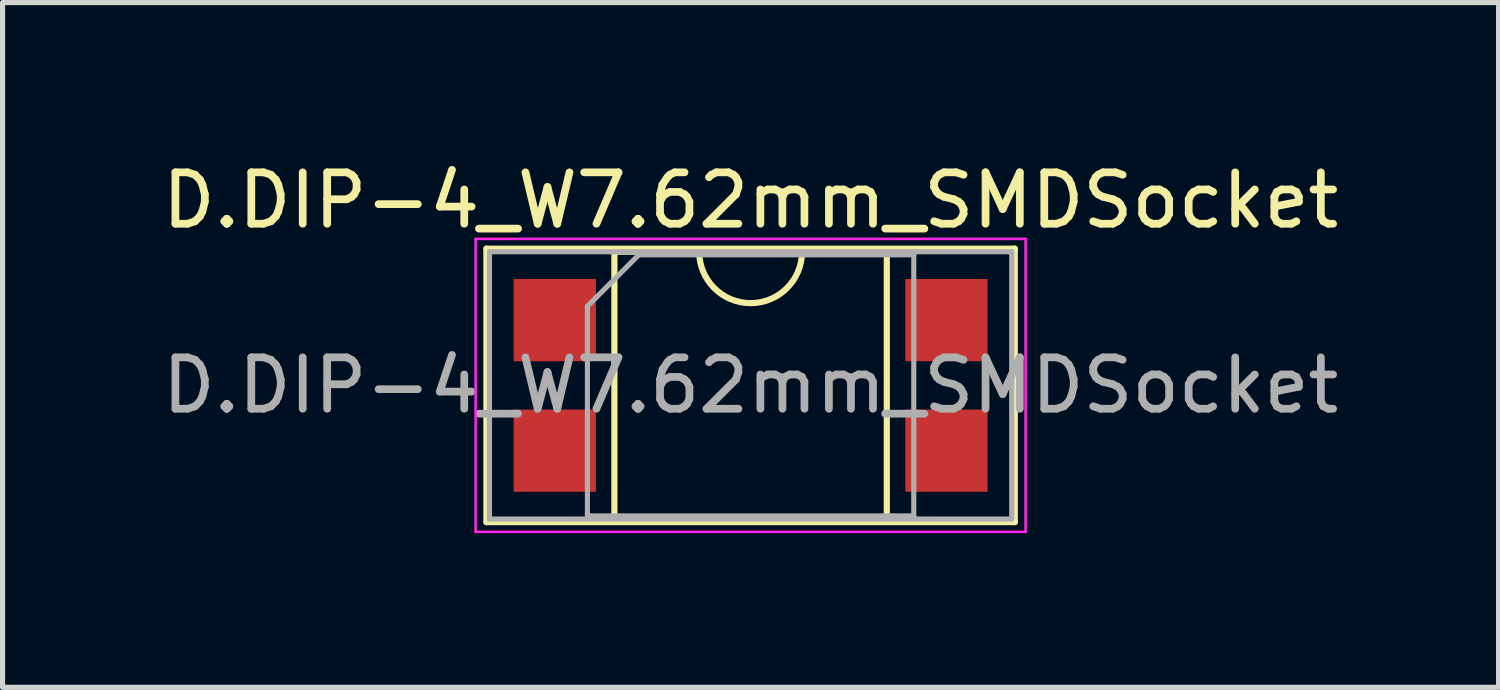
<source format=kicad_pcb>
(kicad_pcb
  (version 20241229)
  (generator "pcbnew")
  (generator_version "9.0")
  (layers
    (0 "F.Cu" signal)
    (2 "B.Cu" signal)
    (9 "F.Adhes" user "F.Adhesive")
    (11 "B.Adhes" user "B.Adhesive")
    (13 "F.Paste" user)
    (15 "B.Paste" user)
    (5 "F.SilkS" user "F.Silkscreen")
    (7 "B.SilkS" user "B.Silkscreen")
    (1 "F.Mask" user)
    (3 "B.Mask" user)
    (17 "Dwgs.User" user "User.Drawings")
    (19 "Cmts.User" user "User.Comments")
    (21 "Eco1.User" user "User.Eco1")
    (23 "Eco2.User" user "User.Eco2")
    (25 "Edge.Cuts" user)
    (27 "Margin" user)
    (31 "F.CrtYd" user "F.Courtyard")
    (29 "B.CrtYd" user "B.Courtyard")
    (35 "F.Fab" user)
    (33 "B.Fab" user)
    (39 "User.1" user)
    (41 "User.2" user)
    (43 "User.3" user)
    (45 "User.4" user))
  (footprint "D.DIP-4_W7.62mm_SMDSocket"
    (layer "F.Cu")
    (at 11.554 4.448)
    (property "Reference" "D.DIP-4_W7.62mm_SMDSocket" (at 0 -3.6 0) (layer "F.SilkS") (effects (font (size 1 1) (thickness 0.15))))
    (attr smd)
    (fp_line (start -5.14 -2.66) (end -5.14 2.66) (stroke (width 0.12) (type solid)) (layer "F.SilkS"))
    (fp_line (start -5.14 2.66) (end 5.14 2.66) (stroke (width 0.12) (type solid)) (layer "F.SilkS"))
    (fp_line (start -2.65 -2.6) (end -2.65 2.6) (stroke (width 0.12) (type solid)) (layer "F.SilkS"))
    (fp_line (start -2.65 2.6) (end 2.65 2.6) (stroke (width 0.12) (type solid)) (layer "F.SilkS"))
    (fp_line (start -1 -2.6) (end -2.65 -2.6) (stroke (width 0.12) (type solid)) (layer "F.SilkS"))
    (fp_line (start 2.65 -2.6) (end 1 -2.6) (stroke (width 0.12) (type solid)) (layer "F.SilkS"))
    (fp_line (start 2.65 2.6) (end 2.65 -2.6) (stroke (width 0.12) (type solid)) (layer "F.SilkS"))
    (fp_line (start 5.14 -2.66) (end -5.14 -2.66) (stroke (width 0.12) (type solid)) (layer "F.SilkS"))
    (fp_line (start 5.14 2.66) (end 5.14 -2.66) (stroke (width 0.12) (type solid)) (layer "F.SilkS"))
    (fp_arc (start 1 -2.6) (mid 0 -1.6) (end -1 -2.6) (stroke (width 0.12) (type solid)) (layer "F.SilkS"))
    (fp_line (start -5.35 -2.85) (end -5.35 2.85) (stroke (width 0.05) (type solid)) (layer "F.CrtYd"))
    (fp_line (start -5.35 2.85) (end 5.35 2.85) (stroke (width 0.05) (type solid)) (layer "F.CrtYd"))
    (fp_line (start 5.35 -2.85) (end -5.35 -2.85) (stroke (width 0.05) (type solid)) (layer "F.CrtYd"))
    (fp_line (start 5.35 2.85) (end 5.35 -2.85) (stroke (width 0.05) (type solid)) (layer "F.CrtYd"))
    (fp_line (start -5.08 -2.6) (end -5.08 2.6) (stroke (width 0.1) (type solid)) (layer "F.Fab"))
    (fp_line (start -5.08 2.6) (end 5.08 2.6) (stroke (width 0.1) (type solid)) (layer "F.Fab"))
    (fp_line (start -3.175 -1.54) (end -2.175 -2.54) (stroke (width 0.1) (type solid)) (layer "F.Fab"))
    (fp_line (start -3.175 2.54) (end -3.175 -1.54) (stroke (width 0.1) (type solid)) (layer "F.Fab"))
    (fp_line (start -2.175 -2.54) (end 3.175 -2.54) (stroke (width 0.1) (type solid)) (layer "F.Fab"))
    (fp_line (start 3.175 -2.54) (end 3.175 2.54) (stroke (width 0.1) (type solid)) (layer "F.Fab"))
    (fp_line (start 3.175 2.54) (end -3.175 2.54) (stroke (width 0.1) (type solid)) (layer "F.Fab"))
    (fp_line (start 5.08 -2.6) (end -5.08 -2.6) (stroke (width 0.1) (type solid)) (layer "F.Fab"))
    (fp_line (start 5.08 2.6) (end 5.08 -2.6) (stroke (width 0.1) (type solid)) (layer "F.Fab"))
    (fp_text user "${REFERENCE}" (at 0 0 0) (layer "F.Fab") (effects (font (size 1 1) (thickness 0.15))))
    (pad "1" smd rect (at -3.81 -1.27) (size 1.6 1.6) (layers "F.Cu" "F.Mask" "F.Paste"))
    (pad "2" smd rect (at -3.81 1.27) (size 1.6 1.6) (layers "F.Cu" "F.Mask" "F.Paste"))
    (pad "3" smd rect (at 3.81 1.27) (size 1.6 1.6) (layers "F.Cu" "F.Mask" "F.Paste"))
    (pad "4" smd rect (at 3.81 -1.27) (size 1.6 1.6) (layers "F.Cu" "F.Mask" "F.Paste")))
  (gr_rect
    (start -3 -3)
    (end 26.107 10.323)
    (stroke (width 0.1) (type default))
    (fill no)
    (layer "Edge.Cuts")))
</source>
